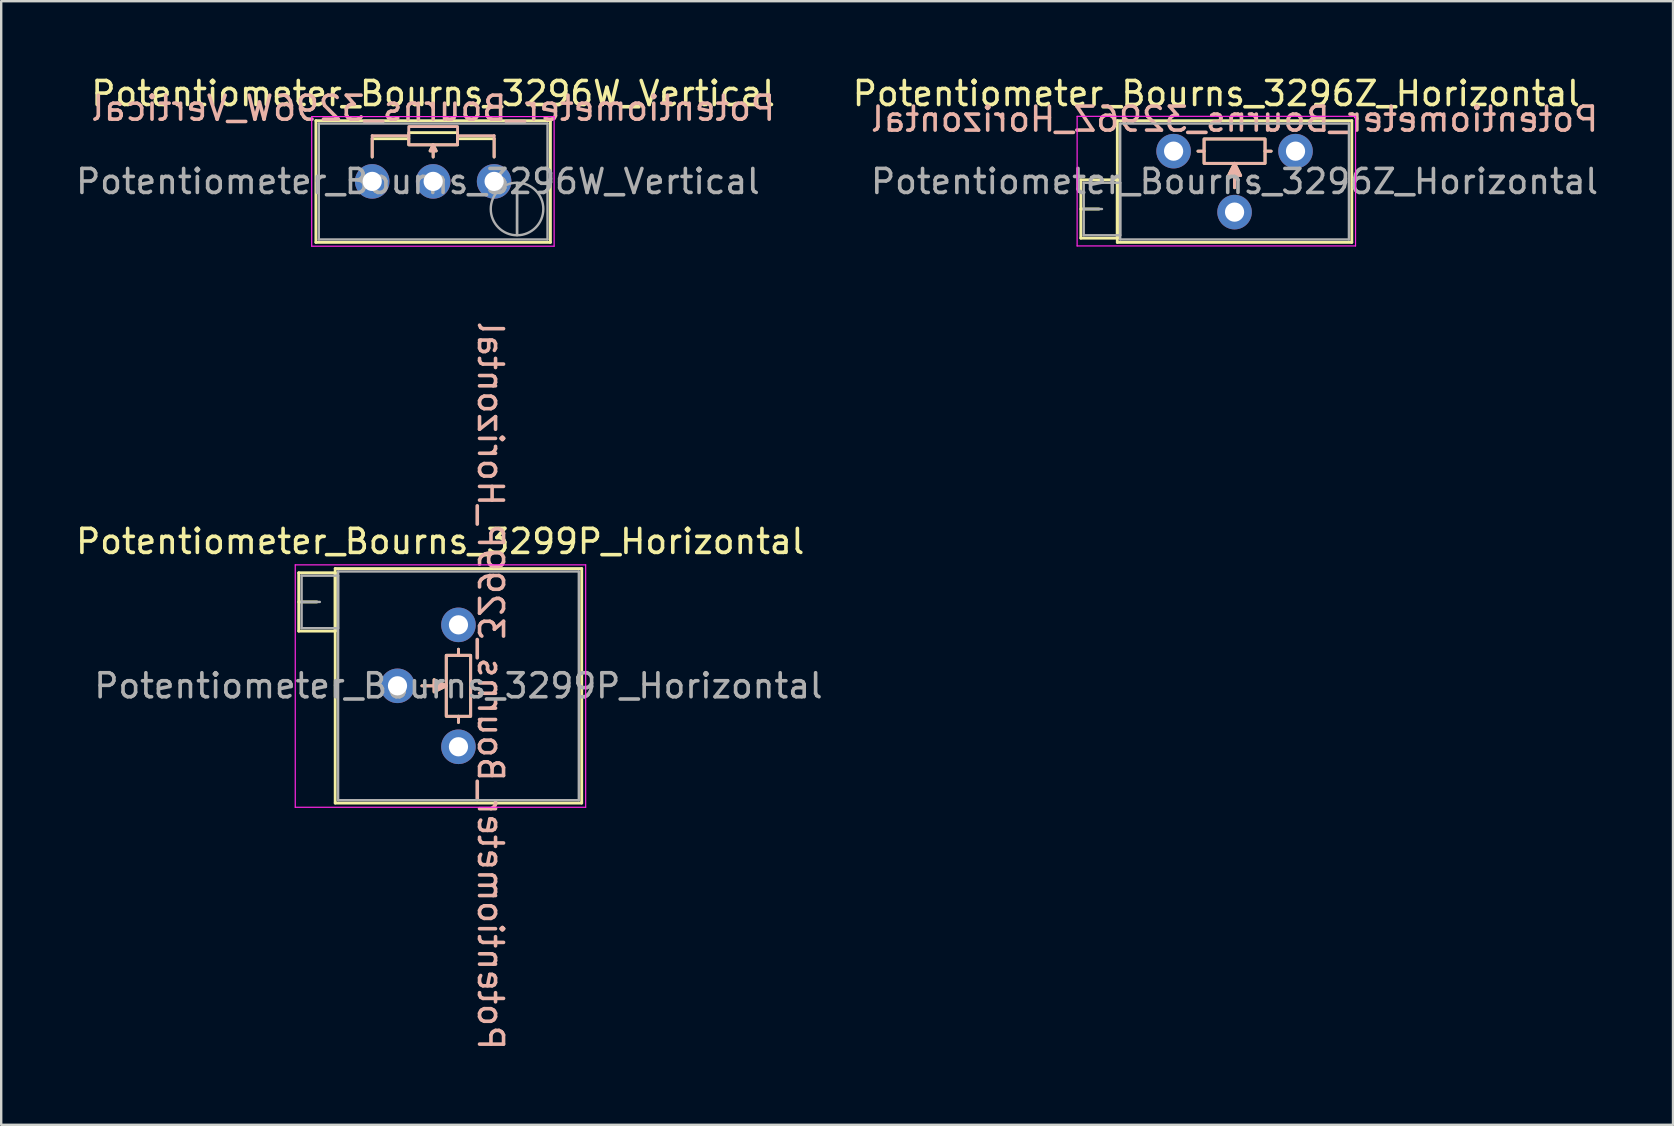
<source format=kicad_pcb>
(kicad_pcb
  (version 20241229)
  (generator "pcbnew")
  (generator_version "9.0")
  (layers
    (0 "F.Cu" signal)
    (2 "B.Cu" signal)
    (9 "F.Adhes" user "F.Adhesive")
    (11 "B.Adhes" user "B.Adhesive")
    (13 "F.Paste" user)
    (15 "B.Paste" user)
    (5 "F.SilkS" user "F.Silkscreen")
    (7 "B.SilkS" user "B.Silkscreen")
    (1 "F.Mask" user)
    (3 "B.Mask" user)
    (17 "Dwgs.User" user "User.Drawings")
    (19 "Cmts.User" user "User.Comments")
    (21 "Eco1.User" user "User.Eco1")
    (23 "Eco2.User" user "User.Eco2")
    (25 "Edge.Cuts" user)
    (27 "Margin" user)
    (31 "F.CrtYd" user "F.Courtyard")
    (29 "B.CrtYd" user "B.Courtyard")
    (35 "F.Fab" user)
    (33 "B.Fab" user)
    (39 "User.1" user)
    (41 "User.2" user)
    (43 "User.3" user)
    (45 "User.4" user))
  (footprint "Potentiometer_Bourns_3296W_Vertical"
    (layer "F.Cu")
    (at 17.538 4.508)
    (property "Reference" "Potentiometer_Bourns_3296W_Vertical" (at -2.54 -3.66 0) (layer "F.SilkS") (effects (font (size 1 1) (thickness 0.15))))
    (attr through_hole)
    (fp_line (start -7.425 -2.53) (end -7.425 2.54) (stroke (width 0.12) (type solid)) (layer "F.SilkS"))
    (fp_line (start -7.425 -2.53) (end 2.345 -2.53) (stroke (width 0.12) (type solid)) (layer "F.SilkS"))
    (fp_line (start -7.425 2.54) (end 2.345 2.54) (stroke (width 0.12) (type solid)) (layer "F.SilkS"))
    (fp_line (start -5.08 -1.778) (end -5.08 -1.016) (stroke (width 0.12) (type solid)) (layer "F.SilkS"))
    (fp_line (start -3.556 -1.778) (end -5.08 -1.778) (stroke (width 0.12) (type solid)) (layer "F.SilkS"))
    (fp_line (start -2.54 -1.524) (end -2.54 -1.016) (stroke (width 0.12) (type solid)) (layer "F.SilkS"))
    (fp_line (start -1.524 -1.778) (end 0 -1.778) (stroke (width 0.12) (type solid)) (layer "F.SilkS"))
    (fp_line (start 0 -1.778) (end 0 -1.016) (stroke (width 0.12) (type solid)) (layer "F.SilkS"))
    (fp_line (start 2.345 -2.53) (end 2.345 2.54) (stroke (width 0.12) (type solid)) (layer "F.SilkS"))
    (fp_rect (start -3.556 -2.032) (end -1.524 -1.524) (stroke (width 0.12) (type solid)) (fill no) (layer "F.SilkS"))
    (fp_poly (pts (xy -2.413 -1.27) (xy -2.667 -1.27) (xy -2.54 -1.524)) (stroke (width 0.12) (type solid)) (fill yes) (layer "F.SilkS"))
    (fp_line (start -5.08 -1.905) (end -5.08 -1.016) (stroke (width 0.12) (type solid)) (layer "B.SilkS"))
    (fp_line (start -3.556 -1.905) (end -5.08 -1.905) (stroke (width 0.12) (type solid)) (layer "B.SilkS"))
    (fp_line (start -2.54 -1.016) (end -2.54 -1.524) (stroke (width 0.12) (type solid)) (layer "B.SilkS"))
    (fp_line (start -1.524 -1.905) (end 0 -1.905) (stroke (width 0.12) (type solid)) (layer "B.SilkS"))
    (fp_line (start 0 -1.905) (end 0 -1.016) (stroke (width 0.12) (type solid)) (layer "B.SilkS"))
    (fp_rect (start -3.556 -2.286) (end -1.524 -1.524) (stroke (width 0.12) (type solid)) (fill no) (layer "B.SilkS"))
    (fp_poly (pts (xy -2.413 -1.27) (xy -2.667 -1.27) (xy -2.54 -1.524)) (stroke (width 0.12) (type solid)) (fill yes) (layer "B.SilkS"))
    (fp_line (start -7.6 -2.7) (end -7.6 2.7) (stroke (width 0.05) (type solid)) (layer "F.CrtYd"))
    (fp_line (start -7.6 2.7) (end 2.5 2.7) (stroke (width 0.05) (type solid)) (layer "F.CrtYd"))
    (fp_line (start 2.5 -2.7) (end -7.6 -2.7) (stroke (width 0.05) (type solid)) (layer "F.CrtYd"))
    (fp_line (start 2.5 2.7) (end 2.5 -2.7) (stroke (width 0.05) (type solid)) (layer "F.CrtYd"))
    (fp_line (start -7.305 -2.41) (end -7.305 2.42) (stroke (width 0.1) (type solid)) (layer "F.Fab"))
    (fp_line (start -7.305 2.42) (end 2.225 2.42) (stroke (width 0.1) (type solid)) (layer "F.Fab"))
    (fp_line (start 0.955 2.235) (end 0.956 0.066) (stroke (width 0.1) (type solid)) (layer "F.Fab"))
    (fp_line (start 0.955 2.235) (end 0.956 0.066) (stroke (width 0.1) (type solid)) (layer "F.Fab"))
    (fp_line (start 2.225 -2.41) (end -7.305 -2.41) (stroke (width 0.1) (type solid)) (layer "F.Fab"))
    (fp_line (start 2.225 2.42) (end 2.225 -2.41) (stroke (width 0.1) (type solid)) (layer "F.Fab"))
    (fp_circle (center 0.955 1.15) (end 2.05 1.15) (stroke (width 0.1) (type solid)) (fill no) (layer "F.Fab"))
    (fp_text user "${REFERENCE}" (at -2.54 -3.048 0) (unlocked yes) (layer "B.SilkS") (effects (font (size 1 1) (thickness 0.15)) (justify mirror)))
    (fp_text user "${REFERENCE}" (at -3.175 0.005 0) (layer "F.Fab") (effects (font (size 1 1) (thickness 0.15))))
    (pad "1" thru_hole circle (at 0 0) (size 1.44 1.44) (drill 0.8) (layers "*.Cu" "*.Mask"))
    (pad "2" thru_hole circle (at -2.54 0) (size 1.44 1.44) (drill 0.8) (layers "*.Cu" "*.Mask"))
    (pad "3" thru_hole circle (at -5.08 0) (size 1.44 1.44) (drill 0.8) (layers "*.Cu" "*.Mask")))
  (footprint "Potentiometer_Bourns_3296Z_Horizontal"
    (layer "F.Cu")
    (at 50.929 3.248)
    (property "Reference" "Potentiometer_Bourns_3296Z_Horizontal" (at -3.3 -2.4 0) (layer "F.SilkS") (effects (font (size 1 1) (thickness 0.15))))
    (attr through_hole)
    (fp_line (start -8.945 1.195) (end -8.945 3.625) (stroke (width 0.12) (type solid)) (layer "F.SilkS"))
    (fp_line (start -8.945 1.195) (end -7.426 1.195) (stroke (width 0.12) (type solid)) (layer "F.SilkS"))
    (fp_line (start -8.945 2.41) (end -8.186 2.41) (stroke (width 0.12) (type solid)) (layer "F.SilkS"))
    (fp_line (start -8.945 3.625) (end -7.426 3.625) (stroke (width 0.12) (type solid)) (layer "F.SilkS"))
    (fp_line (start -7.426 1.195) (end -7.426 3.625) (stroke (width 0.12) (type solid)) (layer "F.SilkS"))
    (fp_line (start -7.425 -1.27) (end -7.425 3.8) (stroke (width 0.12) (type solid)) (layer "F.SilkS"))
    (fp_line (start -7.425 -1.27) (end 2.345 -1.27) (stroke (width 0.12) (type solid)) (layer "F.SilkS"))
    (fp_line (start -7.425 3.8) (end 2.345 3.8) (stroke (width 0.12) (type solid)) (layer "F.SilkS"))
    (fp_line (start -3.81 0) (end -4.064 0) (stroke (width 0.12) (type solid)) (layer "F.SilkS"))
    (fp_line (start -2.54 1.524) (end -2.54 0.508) (stroke (width 0.12) (type solid)) (layer "F.SilkS"))
    (fp_line (start -1.27 0) (end -1.016 0) (stroke (width 0.12) (type solid)) (layer "F.SilkS"))
    (fp_line (start 2.345 -1.27) (end 2.345 3.8) (stroke (width 0.12) (type solid)) (layer "F.SilkS"))
    (fp_rect (start -3.81 0.508) (end -1.27 -0.508) (stroke (width 0.12) (type solid)) (fill no) (layer "F.SilkS"))
    (fp_poly (pts (xy -2.54 0.508) (xy -2.286 1.016) (xy -2.794 1.016)) (stroke (width 0.12) (type solid)) (fill yes) (layer "F.SilkS"))
    (fp_line (start -4.064 0) (end -3.81 0) (stroke (width 0.12) (type solid)) (layer "B.SilkS"))
    (fp_line (start -2.54 1.524) (end -2.54 0.508) (stroke (width 0.12) (type solid)) (layer "B.SilkS"))
    (fp_line (start -1.27 0) (end -1.016 0) (stroke (width 0.12) (type solid)) (layer "B.SilkS"))
    (fp_rect (start -3.81 -0.508) (end -1.27 0.508) (stroke (width 0.12) (type solid)) (fill no) (layer "B.SilkS"))
    (fp_poly (pts (xy -2.286 1.016) (xy -2.794 1.016) (xy -2.54 0.508)) (stroke (width 0.12) (type solid)) (fill yes) (layer "B.SilkS"))
    (fp_line (start -9.1 -1.45) (end -9.1 3.95) (stroke (width 0.05) (type solid)) (layer "F.CrtYd"))
    (fp_line (start -9.1 3.95) (end 2.5 3.95) (stroke (width 0.05) (type solid)) (layer "F.CrtYd"))
    (fp_line (start 2.5 -1.45) (end -9.1 -1.45) (stroke (width 0.05) (type solid)) (layer "F.CrtYd"))
    (fp_line (start 2.5 3.95) (end 2.5 -1.45) (stroke (width 0.05) (type solid)) (layer "F.CrtYd"))
    (fp_line (start -8.825 1.315) (end -8.825 3.505) (stroke (width 0.1) (type solid)) (layer "F.Fab"))
    (fp_line (start -8.825 2.41) (end -8.065 2.41) (stroke (width 0.1) (type solid)) (layer "F.Fab"))
    (fp_line (start -8.825 3.505) (end -7.305 3.505) (stroke (width 0.1) (type solid)) (layer "F.Fab"))
    (fp_line (start -7.305 -1.15) (end -7.305 3.68) (stroke (width 0.1) (type solid)) (layer "F.Fab"))
    (fp_line (start -7.305 1.315) (end -8.825 1.315) (stroke (width 0.1) (type solid)) (layer "F.Fab"))
    (fp_line (start -7.305 3.505) (end -7.305 1.315) (stroke (width 0.1) (type solid)) (layer "F.Fab"))
    (fp_line (start -7.305 3.68) (end 2.225 3.68) (stroke (width 0.1) (type solid)) (layer "F.Fab"))
    (fp_line (start 2.225 -1.15) (end -7.305 -1.15) (stroke (width 0.1) (type solid)) (layer "F.Fab"))
    (fp_line (start 2.225 3.68) (end 2.225 -1.15) (stroke (width 0.1) (type solid)) (layer "F.Fab"))
    (fp_text user "${REFERENCE}" (at -2.54 -1.333 0) (unlocked yes) (layer "B.SilkS") (effects (font (size 1 1) (thickness 0.15)) (justify mirror)))
    (fp_text user "${REFERENCE}" (at -2.54 1.265 0) (layer "F.Fab") (effects (font (size 1 1) (thickness 0.15))))
    (pad "1" thru_hole circle (at 0 0) (size 1.44 1.44) (drill 0.8) (layers "*.Cu" "*.Mask"))
    (pad "2" thru_hole circle (at -2.54 2.54) (size 1.44 1.44) (drill 0.8) (layers "*.Cu" "*.Mask"))
    (pad "3" thru_hole circle (at -5.08 0) (size 1.44 1.44) (drill 0.8) (layers "*.Cu" "*.Mask")))
  (footprint "Potentiometer_Bourns_3299P_Horizontal"
    (layer "F.Cu")
    (at 16.052 22.985)
    (property "Reference" "Potentiometer_Bourns_3299P_Horizontal" (at -0.76 -3.475 0) (layer "F.SilkS") (effects (font (size 1 1) (thickness 0.15))))
    (attr through_hole)
    (fp_line (start -6.655 -2.169) (end -6.655 0.26) (stroke (width 0.12) (type solid)) (layer "F.SilkS"))
    (fp_line (start -6.655 -2.169) (end -5.136 -2.169) (stroke (width 0.12) (type solid)) (layer "F.SilkS"))
    (fp_line (start -6.655 -0.955) (end -5.896 -0.955) (stroke (width 0.12) (type solid)) (layer "F.SilkS"))
    (fp_line (start -6.655 0.26) (end -5.136 0.26) (stroke (width 0.12) (type solid)) (layer "F.SilkS"))
    (fp_line (start -5.136 -2.169) (end -5.136 0.26) (stroke (width 0.12) (type solid)) (layer "F.SilkS"))
    (fp_line (start -5.135 -2.345) (end -5.135 7.425) (stroke (width 0.12) (type solid)) (layer "F.SilkS"))
    (fp_line (start -5.135 -2.345) (end 5.135 -2.345) (stroke (width 0.12) (type solid)) (layer "F.SilkS"))
    (fp_line (start -5.135 7.425) (end 5.135 7.425) (stroke (width 0.12) (type solid)) (layer "F.SilkS"))
    (fp_line (start -1.524 2.54) (end -0.508 2.54) (stroke (width 0.12) (type solid)) (layer "F.SilkS"))
    (fp_line (start 0 1.27) (end 0 1.016) (stroke (width 0.12) (type solid)) (layer "F.SilkS"))
    (fp_line (start 0 3.81) (end 0 4.064) (stroke (width 0.12) (type solid)) (layer "F.SilkS"))
    (fp_line (start 5.135 -2.345) (end 5.135 7.425) (stroke (width 0.12) (type solid)) (layer "F.SilkS"))
    (fp_rect (start -0.508 1.27) (end 0.508 3.81) (stroke (width 0.12) (type solid)) (fill no) (layer "F.SilkS"))
    (fp_poly (pts (xy -0.508 2.54) (xy -1.016 2.794) (xy -1.016 2.286)) (stroke (width 0.12) (type solid)) (fill yes) (layer "F.SilkS"))
    (fp_line (start -1.524 2.54) (end -0.508 2.54) (stroke (width 0.12) (type solid)) (layer "B.SilkS"))
    (fp_line (start 0 1.016) (end 0 1.27) (stroke (width 0.12) (type solid)) (layer "B.SilkS"))
    (fp_line (start 0 3.81) (end 0 4.064) (stroke (width 0.12) (type solid)) (layer "B.SilkS"))
    (fp_rect (start 0.508 1.27) (end -0.508 3.81) (stroke (width 0.12) (type solid)) (fill no) (layer "B.SilkS"))
    (fp_poly (pts (xy -1.016 2.794) (xy -1.016 2.286) (xy -0.508 2.54)) (stroke (width 0.12) (type solid)) (fill yes) (layer "B.SilkS"))
    (fp_line (start -6.8 -2.5) (end -6.8 7.6) (stroke (width 0.05) (type solid)) (layer "F.CrtYd"))
    (fp_line (start -6.8 7.6) (end 5.3 7.6) (stroke (width 0.05) (type solid)) (layer "F.CrtYd"))
    (fp_line (start 5.3 -2.5) (end -6.8 -2.5) (stroke (width 0.05) (type solid)) (layer "F.CrtYd"))
    (fp_line (start 5.3 7.6) (end 5.3 -2.5) (stroke (width 0.05) (type solid)) (layer "F.CrtYd"))
    (fp_line (start -6.535 -2.05) (end -6.535 0.14) (stroke (width 0.1) (type solid)) (layer "F.Fab"))
    (fp_line (start -6.535 -0.955) (end -5.775 -0.955) (stroke (width 0.1) (type solid)) (layer "F.Fab"))
    (fp_line (start -6.535 0.14) (end -5.015 0.14) (stroke (width 0.1) (type solid)) (layer "F.Fab"))
    (fp_line (start -5.015 -2.225) (end -5.015 7.305) (stroke (width 0.1) (type solid)) (layer "F.Fab"))
    (fp_line (start -5.015 -2.05) (end -6.535 -2.05) (stroke (width 0.1) (type solid)) (layer "F.Fab"))
    (fp_line (start -5.015 0.14) (end -5.015 -2.05) (stroke (width 0.1) (type solid)) (layer "F.Fab"))
    (fp_line (start -5.015 7.305) (end 5.015 7.305) (stroke (width 0.1) (type solid)) (layer "F.Fab"))
    (fp_line (start 5.015 -2.225) (end -5.015 -2.225) (stroke (width 0.1) (type solid)) (layer "F.Fab"))
    (fp_line (start 5.015 7.305) (end 5.015 -2.225) (stroke (width 0.1) (type solid)) (layer "F.Fab"))
    (fp_text user "${REFERENCE}" (at 1.333 2.54 270) (unlocked yes) (layer "B.SilkS") (effects (font (size 1 1) (thickness 0.15)) (justify mirror)))
    (fp_text user "${REFERENCE}" (at 0 2.54 0) (layer "F.Fab") (effects (font (size 1 1) (thickness 0.15))))
    (pad "1" thru_hole circle (at 0 0) (size 1.44 1.44) (drill 0.8) (layers "*.Cu" "*.Mask"))
    (pad "2" thru_hole circle (at -2.54 2.54) (size 1.44 1.44) (drill 0.8) (layers "*.Cu" "*.Mask"))
    (pad "3" thru_hole circle (at 0 5.08) (size 1.44 1.44) (drill 0.8) (layers "*.Cu" "*.Mask")))
  (gr_rect
    (start -3 -3)
    (end 66.657 43.817)
    (stroke (width 0.1) (type default))
    (fill no)
    (layer "Edge.Cuts")))
</source>
